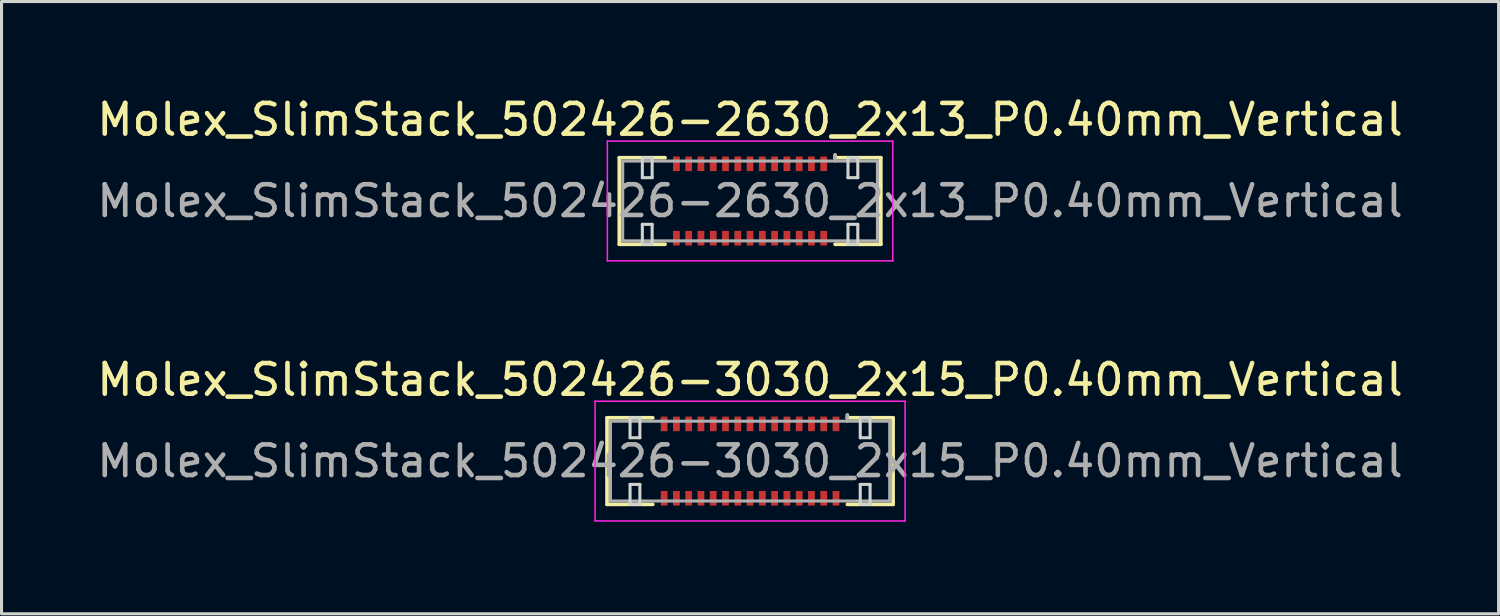
<source format=kicad_pcb>
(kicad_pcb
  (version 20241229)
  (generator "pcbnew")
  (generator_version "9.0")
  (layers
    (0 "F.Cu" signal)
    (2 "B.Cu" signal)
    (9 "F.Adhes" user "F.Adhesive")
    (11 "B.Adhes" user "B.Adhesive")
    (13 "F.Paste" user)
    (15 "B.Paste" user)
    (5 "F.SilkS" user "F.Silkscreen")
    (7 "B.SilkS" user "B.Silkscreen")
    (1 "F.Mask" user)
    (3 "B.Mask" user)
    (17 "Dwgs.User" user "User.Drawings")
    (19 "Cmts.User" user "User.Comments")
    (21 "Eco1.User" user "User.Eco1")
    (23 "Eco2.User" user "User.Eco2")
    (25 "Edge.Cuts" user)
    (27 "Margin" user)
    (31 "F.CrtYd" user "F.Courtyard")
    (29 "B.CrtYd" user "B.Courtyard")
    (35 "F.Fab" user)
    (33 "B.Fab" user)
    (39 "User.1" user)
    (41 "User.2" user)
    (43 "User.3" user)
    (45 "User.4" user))
  (footprint "Molex_SlimStack_502426-3030_2x15_P0.40mm_Vertical"
    (layer "F.Cu")
    (at 21.387 11.972)
    (property "Reference" "Molex_SlimStack_502426-3030_2x15_P0.40mm_Vertical" (at 0 -2.65 0) (layer "F.SilkS") (effects (font (size 1 1) (thickness 0.15))))
    (attr smd)
    (fp_line (start -4.66 -1.41) (end -3.17 -1.41) (stroke (width 0.12) (type solid)) (layer "F.SilkS"))
    (fp_line (start -4.66 1.41) (end -4.66 -1.41) (stroke (width 0.12) (type solid)) (layer "F.SilkS"))
    (fp_line (start -3.17 1.41) (end -4.66 1.41) (stroke (width 0.12) (type solid)) (layer "F.SilkS"))
    (fp_line (start 3.17 -1.41) (end 3.17 -1.5) (stroke (width 0.12) (type solid)) (layer "F.SilkS"))
    (fp_line (start 3.17 1.41) (end 4.66 1.41) (stroke (width 0.12) (type solid)) (layer "F.SilkS"))
    (fp_line (start 4.66 -1.41) (end 3.17 -1.41) (stroke (width 0.12) (type solid)) (layer "F.SilkS"))
    (fp_line (start 4.66 1.41) (end 4.66 -1.41) (stroke (width 0.12) (type solid)) (layer "F.SilkS"))
    (fp_line (start -3.91 -1.41) (end -3.91 -0.76) (stroke (width 0.1) (type solid)) (layer "Edge.Cuts"))
    (fp_line (start -3.91 -0.76) (end -3.59 -0.76) (stroke (width 0.1) (type solid)) (layer "Edge.Cuts"))
    (fp_line (start -3.91 0.76) (end -3.91 1.41) (stroke (width 0.1) (type solid)) (layer "Edge.Cuts"))
    (fp_line (start -3.91 1.41) (end -3.59 1.41) (stroke (width 0.1) (type solid)) (layer "Edge.Cuts"))
    (fp_line (start -3.59 -1.41) (end -3.91 -1.41) (stroke (width 0.1) (type solid)) (layer "Edge.Cuts"))
    (fp_line (start -3.59 -0.76) (end -3.59 -1.41) (stroke (width 0.1) (type solid)) (layer "Edge.Cuts"))
    (fp_line (start -3.59 0.76) (end -3.91 0.76) (stroke (width 0.1) (type solid)) (layer "Edge.Cuts"))
    (fp_line (start -3.59 1.41) (end -3.59 0.76) (stroke (width 0.1) (type solid)) (layer "Edge.Cuts"))
    (fp_line (start 3.59 -1.41) (end 3.59 -0.76) (stroke (width 0.1) (type solid)) (layer "Edge.Cuts"))
    (fp_line (start 3.59 -0.76) (end 3.91 -0.76) (stroke (width 0.1) (type solid)) (layer "Edge.Cuts"))
    (fp_line (start 3.59 0.76) (end 3.59 1.41) (stroke (width 0.1) (type solid)) (layer "Edge.Cuts"))
    (fp_line (start 3.59 1.41) (end 3.91 1.41) (stroke (width 0.1) (type solid)) (layer "Edge.Cuts"))
    (fp_line (start 3.91 -1.41) (end 3.59 -1.41) (stroke (width 0.1) (type solid)) (layer "Edge.Cuts"))
    (fp_line (start 3.91 -0.76) (end 3.91 -1.41) (stroke (width 0.1) (type solid)) (layer "Edge.Cuts"))
    (fp_line (start 3.91 0.76) (end 3.59 0.76) (stroke (width 0.1) (type solid)) (layer "Edge.Cuts"))
    (fp_line (start 3.91 1.41) (end 3.91 0.76) (stroke (width 0.1) (type solid)) (layer "Edge.Cuts"))
    (fp_line (start -5.05 -1.95) (end -5.05 1.95) (stroke (width 0.05) (type solid)) (layer "F.CrtYd"))
    (fp_line (start -5.05 1.95) (end 5.05 1.95) (stroke (width 0.05) (type solid)) (layer "F.CrtYd"))
    (fp_line (start 5.05 -1.95) (end -5.05 -1.95) (stroke (width 0.05) (type solid)) (layer "F.CrtYd"))
    (fp_line (start 5.05 1.95) (end 5.05 -1.95) (stroke (width 0.05) (type solid)) (layer "F.CrtYd"))
    (fp_line (start -4.55 -1.3) (end -4.55 1.3) (stroke (width 0.1) (type solid)) (layer "F.Fab"))
    (fp_line (start -4.55 1.3) (end 4.55 1.3) (stroke (width 0.1) (type solid)) (layer "F.Fab"))
    (fp_line (start 3.17 -1.3) (end 3.17 -1.5) (stroke (width 0.1) (type solid)) (layer "F.Fab"))
    (fp_line (start 4.55 -1.3) (end -4.55 -1.3) (stroke (width 0.1) (type solid)) (layer "F.Fab"))
    (fp_line (start 4.55 1.3) (end 4.55 -1.3) (stroke (width 0.1) (type solid)) (layer "F.Fab"))
    (fp_text user "${REFERENCE}" (at 0 0 0) (layer "F.Fab") (effects (font (size 1 1) (thickness 0.15))))
    (pad "1" smd rect (at 2.8 -1.212) (size 0.22 0.475) (layers "F.Cu" "F.Mask" "F.Paste"))
    (pad "2" smd rect (at 2.8 1.212) (size 0.22 0.475) (layers "F.Cu" "F.Mask" "F.Paste"))
    (pad "3" smd rect (at 2.4 -1.212) (size 0.22 0.475) (layers "F.Cu" "F.Mask" "F.Paste"))
    (pad "4" smd rect (at 2.4 1.212) (size 0.22 0.475) (layers "F.Cu" "F.Mask" "F.Paste"))
    (pad "5" smd rect (at 2 -1.212) (size 0.22 0.475) (layers "F.Cu" "F.Mask" "F.Paste"))
    (pad "6" smd rect (at 2 1.212) (size 0.22 0.475) (layers "F.Cu" "F.Mask" "F.Paste"))
    (pad "7" smd rect (at 1.6 -1.212) (size 0.22 0.475) (layers "F.Cu" "F.Mask" "F.Paste"))
    (pad "8" smd rect (at 1.6 1.212) (size 0.22 0.475) (layers "F.Cu" "F.Mask" "F.Paste"))
    (pad "9" smd rect (at 1.2 -1.212) (size 0.22 0.475) (layers "F.Cu" "F.Mask" "F.Paste"))
    (pad "10" smd rect (at 1.2 1.212) (size 0.22 0.475) (layers "F.Cu" "F.Mask" "F.Paste"))
    (pad "11" smd rect (at 0.8 -1.212) (size 0.22 0.475) (layers "F.Cu" "F.Mask" "F.Paste"))
    (pad "12" smd rect (at 0.8 1.212) (size 0.22 0.475) (layers "F.Cu" "F.Mask" "F.Paste"))
    (pad "13" smd rect (at 0.4 -1.212) (size 0.22 0.475) (layers "F.Cu" "F.Mask" "F.Paste"))
    (pad "14" smd rect (at 0.4 1.212) (size 0.22 0.475) (layers "F.Cu" "F.Mask" "F.Paste"))
    (pad "15" smd rect (at 0 -1.212) (size 0.22 0.475) (layers "F.Cu" "F.Mask" "F.Paste"))
    (pad "16" smd rect (at 0 1.212) (size 0.22 0.475) (layers "F.Cu" "F.Mask" "F.Paste"))
    (pad "17" smd rect (at -0.4 -1.212) (size 0.22 0.475) (layers "F.Cu" "F.Mask" "F.Paste"))
    (pad "18" smd rect (at -0.4 1.212) (size 0.22 0.475) (layers "F.Cu" "F.Mask" "F.Paste"))
    (pad "19" smd rect (at -0.8 -1.212) (size 0.22 0.475) (layers "F.Cu" "F.Mask" "F.Paste"))
    (pad "20" smd rect (at -0.8 1.212) (size 0.22 0.475) (layers "F.Cu" "F.Mask" "F.Paste"))
    (pad "21" smd rect (at -1.2 -1.212) (size 0.22 0.475) (layers "F.Cu" "F.Mask" "F.Paste"))
    (pad "22" smd rect (at -1.2 1.212) (size 0.22 0.475) (layers "F.Cu" "F.Mask" "F.Paste"))
    (pad "23" smd rect (at -1.6 -1.212) (size 0.22 0.475) (layers "F.Cu" "F.Mask" "F.Paste"))
    (pad "24" smd rect (at -1.6 1.212) (size 0.22 0.475) (layers "F.Cu" "F.Mask" "F.Paste"))
    (pad "25" smd rect (at -2 -1.212) (size 0.22 0.475) (layers "F.Cu" "F.Mask" "F.Paste"))
    (pad "26" smd rect (at -2 1.212) (size 0.22 0.475) (layers "F.Cu" "F.Mask" "F.Paste"))
    (pad "27" smd rect (at -2.4 -1.212) (size 0.22 0.475) (layers "F.Cu" "F.Mask" "F.Paste"))
    (pad "28" smd rect (at -2.4 1.212) (size 0.22 0.475) (layers "F.Cu" "F.Mask" "F.Paste"))
    (pad "29" smd rect (at -2.8 -1.212) (size 0.22 0.475) (layers "F.Cu" "F.Mask" "F.Paste"))
    (pad "30" smd rect (at -2.8 1.212) (size 0.22 0.475) (layers "F.Cu" "F.Mask" "F.Paste")))
  (footprint "Molex_SlimStack_502426-2630_2x13_P0.40mm_Vertical"
    (layer "F.Cu")
    (at 21.387 3.498)
    (property "Reference" "Molex_SlimStack_502426-2630_2x13_P0.40mm_Vertical" (at 0 -2.65 0) (layer "F.SilkS") (effects (font (size 1 1) (thickness 0.15))))
    (attr smd)
    (fp_line (start -4.26 -1.41) (end -2.77 -1.41) (stroke (width 0.12) (type solid)) (layer "F.SilkS"))
    (fp_line (start -4.26 1.41) (end -4.26 -1.41) (stroke (width 0.12) (type solid)) (layer "F.SilkS"))
    (fp_line (start -2.77 1.41) (end -4.26 1.41) (stroke (width 0.12) (type solid)) (layer "F.SilkS"))
    (fp_line (start 2.77 -1.41) (end 2.77 -1.5) (stroke (width 0.12) (type solid)) (layer "F.SilkS"))
    (fp_line (start 2.77 1.41) (end 4.26 1.41) (stroke (width 0.12) (type solid)) (layer "F.SilkS"))
    (fp_line (start 4.26 -1.41) (end 2.77 -1.41) (stroke (width 0.12) (type solid)) (layer "F.SilkS"))
    (fp_line (start 4.26 1.41) (end 4.26 -1.41) (stroke (width 0.12) (type solid)) (layer "F.SilkS"))
    (fp_line (start -3.51 -1.41) (end -3.51 -0.76) (stroke (width 0.1) (type solid)) (layer "Edge.Cuts"))
    (fp_line (start -3.51 -0.76) (end -3.19 -0.76) (stroke (width 0.1) (type solid)) (layer "Edge.Cuts"))
    (fp_line (start -3.51 0.76) (end -3.51 1.41) (stroke (width 0.1) (type solid)) (layer "Edge.Cuts"))
    (fp_line (start -3.51 1.41) (end -3.19 1.41) (stroke (width 0.1) (type solid)) (layer "Edge.Cuts"))
    (fp_line (start -3.19 -1.41) (end -3.51 -1.41) (stroke (width 0.1) (type solid)) (layer "Edge.Cuts"))
    (fp_line (start -3.19 -0.76) (end -3.19 -1.41) (stroke (width 0.1) (type solid)) (layer "Edge.Cuts"))
    (fp_line (start -3.19 0.76) (end -3.51 0.76) (stroke (width 0.1) (type solid)) (layer "Edge.Cuts"))
    (fp_line (start -3.19 1.41) (end -3.19 0.76) (stroke (width 0.1) (type solid)) (layer "Edge.Cuts"))
    (fp_line (start 3.19 -1.41) (end 3.19 -0.76) (stroke (width 0.1) (type solid)) (layer "Edge.Cuts"))
    (fp_line (start 3.19 -0.76) (end 3.51 -0.76) (stroke (width 0.1) (type solid)) (layer "Edge.Cuts"))
    (fp_line (start 3.19 0.76) (end 3.19 1.41) (stroke (width 0.1) (type solid)) (layer "Edge.Cuts"))
    (fp_line (start 3.19 1.41) (end 3.51 1.41) (stroke (width 0.1) (type solid)) (layer "Edge.Cuts"))
    (fp_line (start 3.51 -1.41) (end 3.19 -1.41) (stroke (width 0.1) (type solid)) (layer "Edge.Cuts"))
    (fp_line (start 3.51 -0.76) (end 3.51 -1.41) (stroke (width 0.1) (type solid)) (layer "Edge.Cuts"))
    (fp_line (start 3.51 0.76) (end 3.19 0.76) (stroke (width 0.1) (type solid)) (layer "Edge.Cuts"))
    (fp_line (start 3.51 1.41) (end 3.51 0.76) (stroke (width 0.1) (type solid)) (layer "Edge.Cuts"))
    (fp_line (start -4.65 -1.95) (end -4.65 1.95) (stroke (width 0.05) (type solid)) (layer "F.CrtYd"))
    (fp_line (start -4.65 1.95) (end 4.65 1.95) (stroke (width 0.05) (type solid)) (layer "F.CrtYd"))
    (fp_line (start 4.65 -1.95) (end -4.65 -1.95) (stroke (width 0.05) (type solid)) (layer "F.CrtYd"))
    (fp_line (start 4.65 1.95) (end 4.65 -1.95) (stroke (width 0.05) (type solid)) (layer "F.CrtYd"))
    (fp_line (start -4.15 -1.3) (end -4.15 1.3) (stroke (width 0.1) (type solid)) (layer "F.Fab"))
    (fp_line (start -4.15 1.3) (end 4.15 1.3) (stroke (width 0.1) (type solid)) (layer "F.Fab"))
    (fp_line (start 2.77 -1.3) (end 2.77 -1.5) (stroke (width 0.1) (type solid)) (layer "F.Fab"))
    (fp_line (start 4.15 -1.3) (end -4.15 -1.3) (stroke (width 0.1) (type solid)) (layer "F.Fab"))
    (fp_line (start 4.15 1.3) (end 4.15 -1.3) (stroke (width 0.1) (type solid)) (layer "F.Fab"))
    (fp_text user "${REFERENCE}" (at 0 0 0) (layer "F.Fab") (effects (font (size 1 1) (thickness 0.15))))
    (pad "1" smd rect (at 2.4 -1.212) (size 0.22 0.475) (layers "F.Cu" "F.Mask" "F.Paste"))
    (pad "2" smd rect (at 2.4 1.212) (size 0.22 0.475) (layers "F.Cu" "F.Mask" "F.Paste"))
    (pad "3" smd rect (at 2 -1.212) (size 0.22 0.475) (layers "F.Cu" "F.Mask" "F.Paste"))
    (pad "4" smd rect (at 2 1.212) (size 0.22 0.475) (layers "F.Cu" "F.Mask" "F.Paste"))
    (pad "5" smd rect (at 1.6 -1.212) (size 0.22 0.475) (layers "F.Cu" "F.Mask" "F.Paste"))
    (pad "6" smd rect (at 1.6 1.212) (size 0.22 0.475) (layers "F.Cu" "F.Mask" "F.Paste"))
    (pad "7" smd rect (at 1.2 -1.212) (size 0.22 0.475) (layers "F.Cu" "F.Mask" "F.Paste"))
    (pad "8" smd rect (at 1.2 1.212) (size 0.22 0.475) (layers "F.Cu" "F.Mask" "F.Paste"))
    (pad "9" smd rect (at 0.8 -1.212) (size 0.22 0.475) (layers "F.Cu" "F.Mask" "F.Paste"))
    (pad "10" smd rect (at 0.8 1.212) (size 0.22 0.475) (layers "F.Cu" "F.Mask" "F.Paste"))
    (pad "11" smd rect (at 0.4 -1.212) (size 0.22 0.475) (layers "F.Cu" "F.Mask" "F.Paste"))
    (pad "12" smd rect (at 0.4 1.212) (size 0.22 0.475) (layers "F.Cu" "F.Mask" "F.Paste"))
    (pad "13" smd rect (at 0 -1.212) (size 0.22 0.475) (layers "F.Cu" "F.Mask" "F.Paste"))
    (pad "14" smd rect (at 0 1.212) (size 0.22 0.475) (layers "F.Cu" "F.Mask" "F.Paste"))
    (pad "15" smd rect (at -0.4 -1.212) (size 0.22 0.475) (layers "F.Cu" "F.Mask" "F.Paste"))
    (pad "16" smd rect (at -0.4 1.212) (size 0.22 0.475) (layers "F.Cu" "F.Mask" "F.Paste"))
    (pad "17" smd rect (at -0.8 -1.212) (size 0.22 0.475) (layers "F.Cu" "F.Mask" "F.Paste"))
    (pad "18" smd rect (at -0.8 1.212) (size 0.22 0.475) (layers "F.Cu" "F.Mask" "F.Paste"))
    (pad "19" smd rect (at -1.2 -1.212) (size 0.22 0.475) (layers "F.Cu" "F.Mask" "F.Paste"))
    (pad "20" smd rect (at -1.2 1.212) (size 0.22 0.475) (layers "F.Cu" "F.Mask" "F.Paste"))
    (pad "21" smd rect (at -1.6 -1.212) (size 0.22 0.475) (layers "F.Cu" "F.Mask" "F.Paste"))
    (pad "22" smd rect (at -1.6 1.212) (size 0.22 0.475) (layers "F.Cu" "F.Mask" "F.Paste"))
    (pad "23" smd rect (at -2 -1.212) (size 0.22 0.475) (layers "F.Cu" "F.Mask" "F.Paste"))
    (pad "24" smd rect (at -2 1.212) (size 0.22 0.475) (layers "F.Cu" "F.Mask" "F.Paste"))
    (pad "25" smd rect (at -2.4 -1.212) (size 0.22 0.475) (layers "F.Cu" "F.Mask" "F.Paste"))
    (pad "26" smd rect (at -2.4 1.212) (size 0.22 0.475) (layers "F.Cu" "F.Mask" "F.Paste")))
  (gr_rect
    (start -3 -3)
    (end 45.774 16.947)
    (stroke (width 0.1) (type default))
    (fill no)
    (layer "Edge.Cuts")))
</source>
